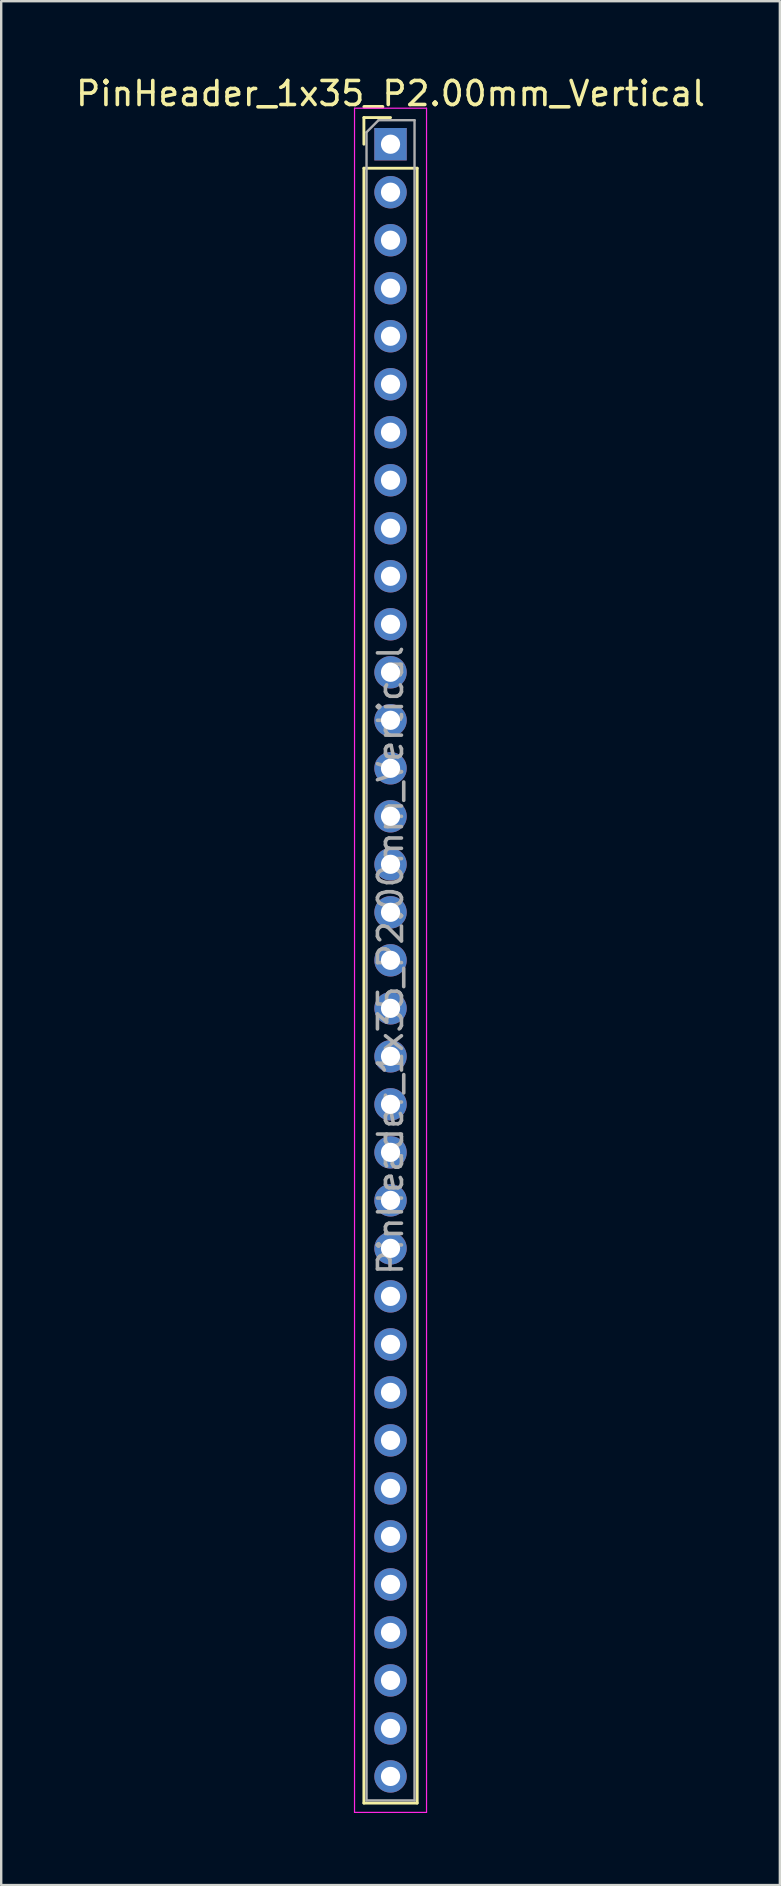
<source format=kicad_pcb>
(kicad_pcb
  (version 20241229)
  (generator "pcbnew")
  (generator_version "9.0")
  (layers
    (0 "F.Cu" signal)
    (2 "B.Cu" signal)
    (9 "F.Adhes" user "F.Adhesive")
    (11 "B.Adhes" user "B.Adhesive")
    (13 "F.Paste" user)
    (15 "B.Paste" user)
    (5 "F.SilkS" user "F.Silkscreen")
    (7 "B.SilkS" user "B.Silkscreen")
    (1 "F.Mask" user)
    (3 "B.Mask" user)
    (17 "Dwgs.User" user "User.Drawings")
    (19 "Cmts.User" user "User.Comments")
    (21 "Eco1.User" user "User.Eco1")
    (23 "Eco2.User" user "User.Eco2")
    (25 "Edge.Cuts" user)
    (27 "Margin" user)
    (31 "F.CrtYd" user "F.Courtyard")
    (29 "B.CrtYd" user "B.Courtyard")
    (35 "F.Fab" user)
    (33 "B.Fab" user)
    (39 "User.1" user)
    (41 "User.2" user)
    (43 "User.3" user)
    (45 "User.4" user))
  (footprint "PinHeader_1x35_P2.00mm_Vertical"
    (layer "F.Cu")
    (at 13.22 2.958)
    (property "Reference" "PinHeader_1x35_P2.00mm_Vertical" (at 0 -2.11 0) (layer "F.SilkS") (effects (font (size 1 1) (thickness 0.15))))
    (attr through_hole)
    (fp_line (start -1.11 -1.11) (end 0 -1.11) (stroke (width 0.12) (type solid)) (layer "F.SilkS"))
    (fp_line (start -1.11 0) (end -1.11 -1.11) (stroke (width 0.12) (type solid)) (layer "F.SilkS"))
    (fp_line (start -1.11 1) (end -1.11 69.11) (stroke (width 0.12) (type solid)) (layer "F.SilkS"))
    (fp_line (start -1.11 1) (end 1.11 1) (stroke (width 0.12) (type solid)) (layer "F.SilkS"))
    (fp_line (start -1.11 69.11) (end 1.11 69.11) (stroke (width 0.12) (type solid)) (layer "F.SilkS"))
    (fp_line (start 1.11 1) (end 1.11 69.11) (stroke (width 0.12) (type solid)) (layer "F.SilkS"))
    (fp_line (start -1.5 -1.5) (end -1.5 69.5) (stroke (width 0.05) (type solid)) (layer "F.CrtYd"))
    (fp_line (start -1.5 69.5) (end 1.5 69.5) (stroke (width 0.05) (type solid)) (layer "F.CrtYd"))
    (fp_line (start 1.5 -1.5) (end -1.5 -1.5) (stroke (width 0.05) (type solid)) (layer "F.CrtYd"))
    (fp_line (start 1.5 69.5) (end 1.5 -1.5) (stroke (width 0.05) (type solid)) (layer "F.CrtYd"))
    (fp_line (start -1 -0.5) (end -0.5 -1) (stroke (width 0.1) (type solid)) (layer "F.Fab"))
    (fp_line (start -1 69) (end -1 -0.5) (stroke (width 0.1) (type solid)) (layer "F.Fab"))
    (fp_line (start -0.5 -1) (end 1 -1) (stroke (width 0.1) (type solid)) (layer "F.Fab"))
    (fp_line (start 1 -1) (end 1 69) (stroke (width 0.1) (type solid)) (layer "F.Fab"))
    (fp_line (start 1 69) (end -1 69) (stroke (width 0.1) (type solid)) (layer "F.Fab"))
    (fp_text user "${REFERENCE}" (at 0 34 90) (layer "F.Fab") (effects (font (size 1 1) (thickness 0.15))))
    (pad "1" thru_hole rect (at 0 0) (size 1.35 1.35) (drill 0.8) (layers "*.Cu" "*.Mask"))
    (pad "2" thru_hole circle (at 0 2) (size 1.35 1.35) (drill 0.8) (layers "*.Cu" "*.Mask"))
    (pad "3" thru_hole circle (at 0 4) (size 1.35 1.35) (drill 0.8) (layers "*.Cu" "*.Mask"))
    (pad "4" thru_hole circle (at 0 6) (size 1.35 1.35) (drill 0.8) (layers "*.Cu" "*.Mask"))
    (pad "5" thru_hole circle (at 0 8) (size 1.35 1.35) (drill 0.8) (layers "*.Cu" "*.Mask"))
    (pad "6" thru_hole circle (at 0 10) (size 1.35 1.35) (drill 0.8) (layers "*.Cu" "*.Mask"))
    (pad "7" thru_hole circle (at 0 12) (size 1.35 1.35) (drill 0.8) (layers "*.Cu" "*.Mask"))
    (pad "8" thru_hole circle (at 0 14) (size 1.35 1.35) (drill 0.8) (layers "*.Cu" "*.Mask"))
    (pad "9" thru_hole circle (at 0 16) (size 1.35 1.35) (drill 0.8) (layers "*.Cu" "*.Mask"))
    (pad "10" thru_hole circle (at 0 18) (size 1.35 1.35) (drill 0.8) (layers "*.Cu" "*.Mask"))
    (pad "11" thru_hole circle (at 0 20) (size 1.35 1.35) (drill 0.8) (layers "*.Cu" "*.Mask"))
    (pad "12" thru_hole circle (at 0 22) (size 1.35 1.35) (drill 0.8) (layers "*.Cu" "*.Mask"))
    (pad "13" thru_hole circle (at 0 24) (size 1.35 1.35) (drill 0.8) (layers "*.Cu" "*.Mask"))
    (pad "14" thru_hole circle (at 0 26) (size 1.35 1.35) (drill 0.8) (layers "*.Cu" "*.Mask"))
    (pad "15" thru_hole circle (at 0 28) (size 1.35 1.35) (drill 0.8) (layers "*.Cu" "*.Mask"))
    (pad "16" thru_hole circle (at 0 30) (size 1.35 1.35) (drill 0.8) (layers "*.Cu" "*.Mask"))
    (pad "17" thru_hole circle (at 0 32) (size 1.35 1.35) (drill 0.8) (layers "*.Cu" "*.Mask"))
    (pad "18" thru_hole circle (at 0 34) (size 1.35 1.35) (drill 0.8) (layers "*.Cu" "*.Mask"))
    (pad "19" thru_hole circle (at 0 36) (size 1.35 1.35) (drill 0.8) (layers "*.Cu" "*.Mask"))
    (pad "20" thru_hole circle (at 0 38) (size 1.35 1.35) (drill 0.8) (layers "*.Cu" "*.Mask"))
    (pad "21" thru_hole circle (at 0 40) (size 1.35 1.35) (drill 0.8) (layers "*.Cu" "*.Mask"))
    (pad "22" thru_hole circle (at 0 42) (size 1.35 1.35) (drill 0.8) (layers "*.Cu" "*.Mask"))
    (pad "23" thru_hole circle (at 0 44) (size 1.35 1.35) (drill 0.8) (layers "*.Cu" "*.Mask"))
    (pad "24" thru_hole circle (at 0 46) (size 1.35 1.35) (drill 0.8) (layers "*.Cu" "*.Mask"))
    (pad "25" thru_hole circle (at 0 48) (size 1.35 1.35) (drill 0.8) (layers "*.Cu" "*.Mask"))
    (pad "26" thru_hole circle (at 0 50) (size 1.35 1.35) (drill 0.8) (layers "*.Cu" "*.Mask"))
    (pad "27" thru_hole circle (at 0 52) (size 1.35 1.35) (drill 0.8) (layers "*.Cu" "*.Mask"))
    (pad "28" thru_hole circle (at 0 54) (size 1.35 1.35) (drill 0.8) (layers "*.Cu" "*.Mask"))
    (pad "29" thru_hole circle (at 0 56) (size 1.35 1.35) (drill 0.8) (layers "*.Cu" "*.Mask"))
    (pad "30" thru_hole circle (at 0 58) (size 1.35 1.35) (drill 0.8) (layers "*.Cu" "*.Mask"))
    (pad "31" thru_hole circle (at 0 60) (size 1.35 1.35) (drill 0.8) (layers "*.Cu" "*.Mask"))
    (pad "32" thru_hole circle (at 0 62) (size 1.35 1.35) (drill 0.8) (layers "*.Cu" "*.Mask"))
    (pad "33" thru_hole circle (at 0 64) (size 1.35 1.35) (drill 0.8) (layers "*.Cu" "*.Mask"))
    (pad "34" thru_hole circle (at 0 66) (size 1.35 1.35) (drill 0.8) (layers "*.Cu" "*.Mask"))
    (pad "35" thru_hole circle (at 0 68) (size 1.35 1.35) (drill 0.8) (layers "*.Cu" "*.Mask")))
  (gr_rect
    (start -3 -3)
    (end 29.44 75.483)
    (stroke (width 0.1) (type default))
    (fill no)
    (layer "Edge.Cuts")))
</source>
